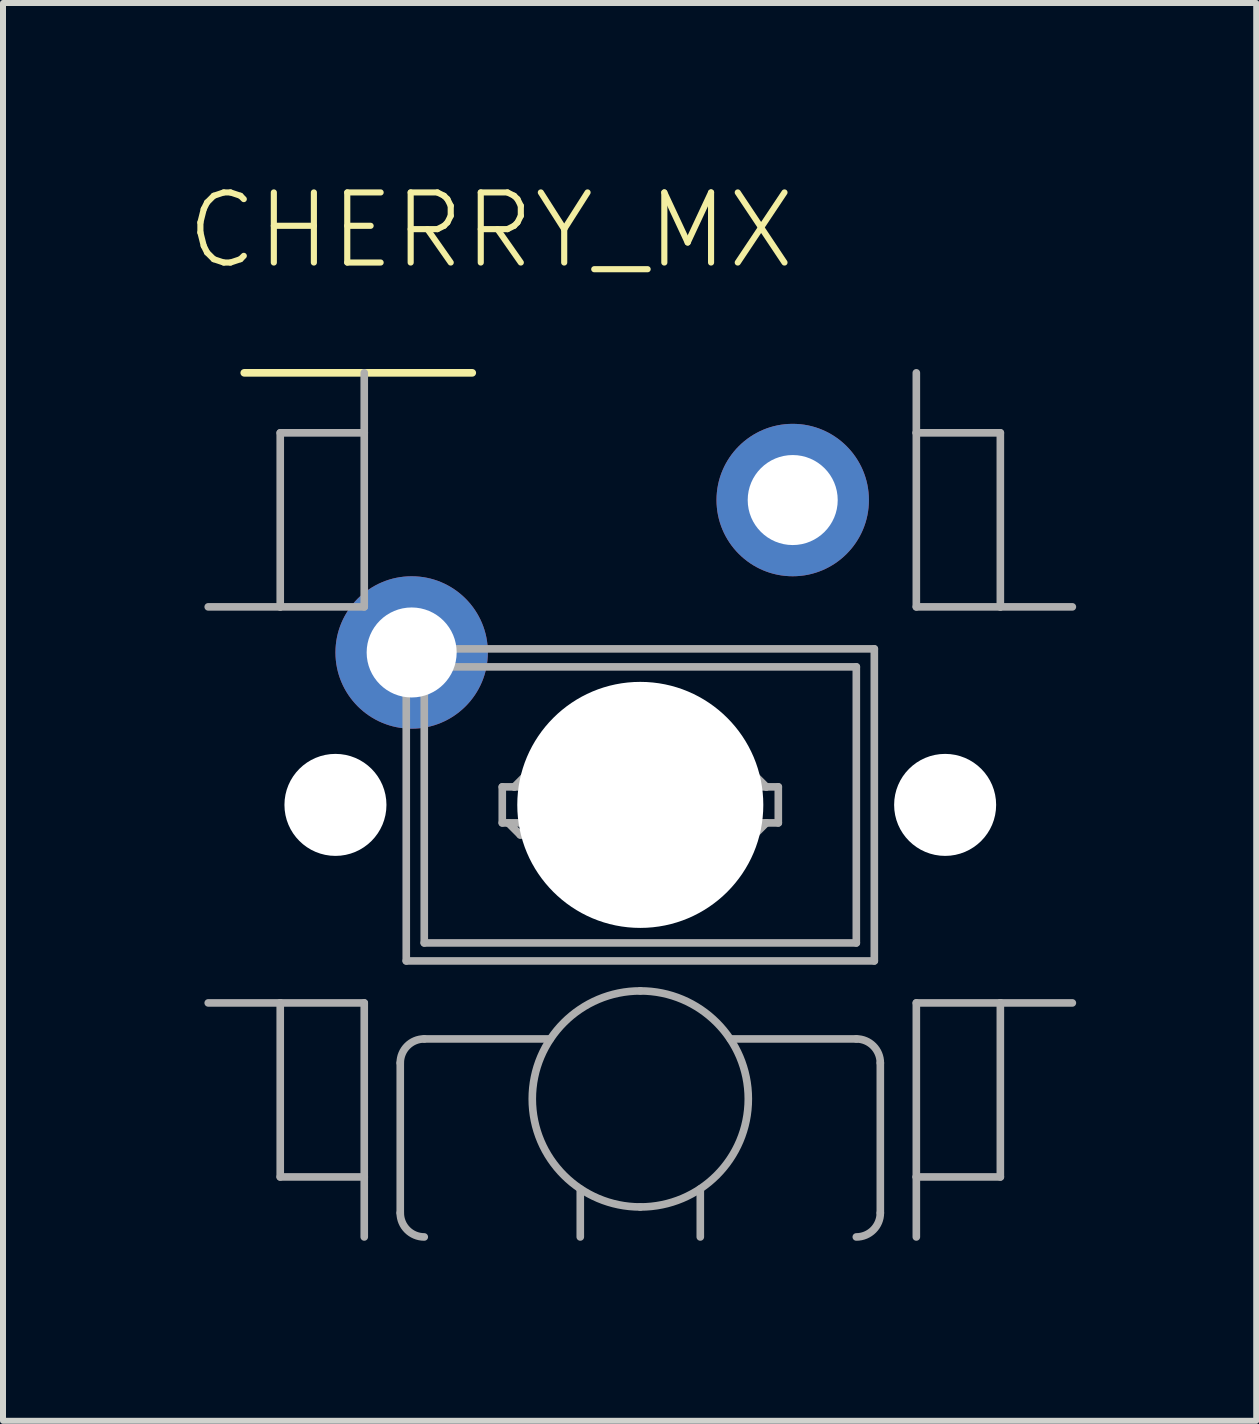
<source format=kicad_pcb>
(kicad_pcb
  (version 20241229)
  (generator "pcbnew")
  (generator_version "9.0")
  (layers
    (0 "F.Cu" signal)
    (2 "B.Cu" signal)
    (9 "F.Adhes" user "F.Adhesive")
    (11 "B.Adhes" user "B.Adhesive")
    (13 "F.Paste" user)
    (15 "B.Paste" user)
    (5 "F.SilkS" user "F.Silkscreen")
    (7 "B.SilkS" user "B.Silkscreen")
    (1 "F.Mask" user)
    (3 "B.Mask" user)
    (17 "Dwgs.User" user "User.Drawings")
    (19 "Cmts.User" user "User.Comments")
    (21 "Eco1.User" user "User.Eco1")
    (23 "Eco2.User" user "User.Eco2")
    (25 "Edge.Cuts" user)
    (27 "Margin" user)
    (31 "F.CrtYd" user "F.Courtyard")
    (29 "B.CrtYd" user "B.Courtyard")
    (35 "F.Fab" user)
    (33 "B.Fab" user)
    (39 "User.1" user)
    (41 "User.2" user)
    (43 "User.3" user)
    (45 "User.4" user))
  (footprint "CHERRY_MX"
    (layer "F.Cu")
    (at 7.62 10.363)
    (property "Reference" "CHERRY_MX" (at -7.62 -8.89 0) (layer "F.SilkS") (effects (font (size 1.168 1.168) (thickness 0.102)) (justify left bottom)))
    (fp_line (start -6.6 -7.2) (end -2.8 -7.2) (stroke (width 0.127) (type solid)) (layer "F.SilkS"))
    (fp_line (start -7.2 -3.3) (end -6 -3.3) (stroke (width 0.127) (type solid)) (layer "F.Fab"))
    (fp_line (start -7.2 3.3) (end -6 3.3) (stroke (width 0.127) (type solid)) (layer "F.Fab"))
    (fp_line (start -6 -6.2) (end -4.6 -6.2) (stroke (width 0.127) (type solid)) (layer "F.Fab"))
    (fp_line (start -6 -3.3) (end -6 -6.2) (stroke (width 0.127) (type solid)) (layer "F.Fab"))
    (fp_line (start -6 -3.3) (end -4.6 -3.3) (stroke (width 0.127) (type solid)) (layer "F.Fab"))
    (fp_line (start -6 3.3) (end -4.6 3.3) (stroke (width 0.127) (type solid)) (layer "F.Fab"))
    (fp_line (start -6 6.2) (end -6 3.3) (stroke (width 0.127) (type solid)) (layer "F.Fab"))
    (fp_line (start -6 6.2) (end -4.6 6.2) (stroke (width 0.127) (type solid)) (layer "F.Fab"))
    (fp_line (start -4.6 -6.2) (end -4.6 -7.2) (stroke (width 0.127) (type solid)) (layer "F.Fab"))
    (fp_line (start -4.6 -3.3) (end -4.6 -6.2) (stroke (width 0.127) (type solid)) (layer "F.Fab"))
    (fp_line (start -4.6 6.2) (end -4.6 3.3) (stroke (width 0.127) (type solid)) (layer "F.Fab"))
    (fp_line (start -4.6 7.2) (end -4.6 6.2) (stroke (width 0.127) (type solid)) (layer "F.Fab"))
    (fp_line (start -4 4.3) (end -4 6.8) (stroke (width 0.127) (type solid)) (layer "F.Fab"))
    (fp_line (start -3.9 -2.6) (end 3.9 -2.6) (stroke (width 0.127) (type solid)) (layer "F.Fab"))
    (fp_line (start -3.9 2.6) (end -3.9 -2.6) (stroke (width 0.127) (type solid)) (layer "F.Fab"))
    (fp_line (start -3.6 -2.3) (end 3.6 -2.3) (stroke (width 0.127) (type solid)) (layer "F.Fab"))
    (fp_line (start -3.6 2.3) (end -3.6 -2.3) (stroke (width 0.127) (type solid)) (layer "F.Fab"))
    (fp_line (start -2.3 -0.3) (end -2.1 -0.3) (stroke (width 0.127) (type solid)) (layer "F.Fab"))
    (fp_line (start -2.3 0.3) (end -2.3 -0.3) (stroke (width 0.127) (type solid)) (layer "F.Fab"))
    (fp_line (start -2.3 0.3) (end -2.2 0.3) (stroke (width 0.127) (type solid)) (layer "F.Fab"))
    (fp_line (start -2.2 0.3) (end -2 0.5) (stroke (width 0.127) (type solid)) (layer "F.Fab"))
    (fp_line (start -2.1 -0.3) (end -1.9 -0.5) (stroke (width 0.127) (type solid)) (layer "F.Fab"))
    (fp_line (start -2.1 -0.3) (end -0.4 -0.3) (stroke (width 0.127) (type solid)) (layer "F.Fab"))
    (fp_line (start -2 0.5) (end -0.4 0.5) (stroke (width 0.127) (type solid)) (layer "F.Fab"))
    (fp_line (start -1.9 -0.5) (end -0.4 -0.5) (stroke (width 0.127) (type solid)) (layer "F.Fab"))
    (fp_line (start -1.5 3.9) (end -3.6 3.9) (stroke (width 0.127) (type solid)) (layer "F.Fab"))
    (fp_line (start -1 7.2) (end -1 6.4) (stroke (width 0.127) (type solid)) (layer "F.Fab"))
    (fp_line (start -0.4 -1.9) (end 0.4 -1.9) (stroke (width 0.127) (type solid)) (layer "F.Fab"))
    (fp_line (start -0.4 -0.5) (end -0.4 -1.9) (stroke (width 0.127) (type solid)) (layer "F.Fab"))
    (fp_line (start -0.4 -0.3) (end -0.4 -0.5) (stroke (width 0.127) (type solid)) (layer "F.Fab"))
    (fp_line (start -0.4 0.3) (end -2.2 0.3) (stroke (width 0.127) (type solid)) (layer "F.Fab"))
    (fp_line (start -0.4 0.5) (end -0.4 0.3) (stroke (width 0.127) (type solid)) (layer "F.Fab"))
    (fp_line (start -0.4 1.9) (end -0.4 0.5) (stroke (width 0.127) (type solid)) (layer "F.Fab"))
    (fp_line (start 0.4 -1.9) (end 0.4 -0.5) (stroke (width 0.127) (type solid)) (layer "F.Fab"))
    (fp_line (start 0.4 -0.5) (end 0.4 -0.3) (stroke (width 0.127) (type solid)) (layer "F.Fab"))
    (fp_line (start 0.4 -0.5) (end 1.9 -0.5) (stroke (width 0.127) (type solid)) (layer "F.Fab"))
    (fp_line (start 0.4 -0.3) (end 2.1 -0.3) (stroke (width 0.127) (type solid)) (layer "F.Fab"))
    (fp_line (start 0.4 0.3) (end 0.4 0.5) (stroke (width 0.127) (type solid)) (layer "F.Fab"))
    (fp_line (start 0.4 0.5) (end 0.4 1.9) (stroke (width 0.127) (type solid)) (layer "F.Fab"))
    (fp_line (start 0.4 0.5) (end 1.9 0.5) (stroke (width 0.127) (type solid)) (layer "F.Fab"))
    (fp_line (start 0.4 1.9) (end -0.4 1.9) (stroke (width 0.127) (type solid)) (layer "F.Fab"))
    (fp_line (start 1 6.4) (end 1 7.2) (stroke (width 0.127) (type solid)) (layer "F.Fab"))
    (fp_line (start 1.9 0.5) (end 2.1 0.3) (stroke (width 0.127) (type solid)) (layer "F.Fab"))
    (fp_line (start 2.1 -0.3) (end 1.9 -0.5) (stroke (width 0.127) (type solid)) (layer "F.Fab"))
    (fp_line (start 2.1 -0.3) (end 2.3 -0.3) (stroke (width 0.127) (type solid)) (layer "F.Fab"))
    (fp_line (start 2.1 0.3) (end 0.4 0.3) (stroke (width 0.127) (type solid)) (layer "F.Fab"))
    (fp_line (start 2.3 -0.3) (end 2.3 0.3) (stroke (width 0.127) (type solid)) (layer "F.Fab"))
    (fp_line (start 2.3 0.3) (end 2.1 0.3) (stroke (width 0.127) (type solid)) (layer "F.Fab"))
    (fp_line (start 3.6 -2.3) (end 3.6 2.3) (stroke (width 0.127) (type solid)) (layer "F.Fab"))
    (fp_line (start 3.6 2.3) (end -3.6 2.3) (stroke (width 0.127) (type solid)) (layer "F.Fab"))
    (fp_line (start 3.6 3.9) (end 1.5 3.9) (stroke (width 0.127) (type solid)) (layer "F.Fab"))
    (fp_line (start 3.9 -2.6) (end 3.9 2.6) (stroke (width 0.127) (type solid)) (layer "F.Fab"))
    (fp_line (start 3.9 2.6) (end -3.9 2.6) (stroke (width 0.127) (type solid)) (layer "F.Fab"))
    (fp_line (start 4 4.3) (end 4 6.8) (stroke (width 0.127) (type solid)) (layer "F.Fab"))
    (fp_line (start 4.6 -6.2) (end 4.6 -7.2) (stroke (width 0.127) (type solid)) (layer "F.Fab"))
    (fp_line (start 4.6 -6.2) (end 6 -6.2) (stroke (width 0.127) (type solid)) (layer "F.Fab"))
    (fp_line (start 4.6 -3.3) (end 4.6 -6.2) (stroke (width 0.127) (type solid)) (layer "F.Fab"))
    (fp_line (start 4.6 -3.3) (end 6 -3.3) (stroke (width 0.127) (type solid)) (layer "F.Fab"))
    (fp_line (start 4.6 3.3) (end 6 3.3) (stroke (width 0.127) (type solid)) (layer "F.Fab"))
    (fp_line (start 4.6 6.2) (end 4.6 3.3) (stroke (width 0.127) (type solid)) (layer "F.Fab"))
    (fp_line (start 4.6 6.2) (end 6 6.2) (stroke (width 0.127) (type solid)) (layer "F.Fab"))
    (fp_line (start 4.6 7.2) (end 4.6 6.2) (stroke (width 0.127) (type solid)) (layer "F.Fab"))
    (fp_line (start 6 -3.3) (end 6 -6.2) (stroke (width 0.127) (type solid)) (layer "F.Fab"))
    (fp_line (start 6 -3.3) (end 7.2 -3.3) (stroke (width 0.127) (type solid)) (layer "F.Fab"))
    (fp_line (start 6 3.3) (end 7.2 3.3) (stroke (width 0.127) (type solid)) (layer "F.Fab"))
    (fp_line (start 6 6.2) (end 6 3.3) (stroke (width 0.127) (type solid)) (layer "F.Fab"))
    (fp_arc (start -4 4.3) (mid -3.882843 4.017157) (end -3.6 3.9) (stroke (width 0.127) (type solid)) (layer "F.Fab"))
    (fp_arc (start -3.6 7.2) (mid -3.882843 7.082843) (end -4 6.8) (stroke (width 0.127) (type solid)) (layer "F.Fab"))
    (fp_arc (start 0 3.1) (mid 1.8 4.9) (end 0 6.7) (stroke (width 0.127) (type solid)) (layer "F.Fab"))
    (fp_arc (start 0 6.7) (mid -1.8 4.9) (end 0 3.1) (stroke (width 0.127) (type solid)) (layer "F.Fab"))
    (fp_arc (start 3.6 3.9) (mid 3.882843 4.017157) (end 4 4.3) (stroke (width 0.127) (type solid)) (layer "F.Fab"))
    (fp_arc (start 4 6.8) (mid 3.882843 7.082843) (end 3.6 7.2) (stroke (width 0.127) (type solid)) (layer "F.Fab"))
    (pad "" np_thru_hole circle (at -5.08 0) (size 1.7 1.7) (drill 1.7) (layers "*.Cu" "*.Mask"))
    (pad "" np_thru_hole circle (at 0 0) (size 4.1 4.1) (drill 4.1) (layers "*.Cu" "*.Mask"))
    (pad "" np_thru_hole circle (at 5.08 0) (size 1.7 1.7) (drill 1.7) (layers "*.Cu" "*.Mask"))
    (pad "S1" thru_hole circle (at -3.81 -2.54) (size 2.54 2.54) (drill 1.5) (layers "*.Cu" "*.Mask"))
    (pad "S2" thru_hole circle (at 2.54 -5.08) (size 2.54 2.54) (drill 1.5) (layers "*.Cu" "*.Mask")))
  (gr_rect
    (start -3 -3)
    (end 17.884 20.627)
    (stroke (width 0.1) (type default))
    (fill no)
    (layer "Edge.Cuts")))
</source>
